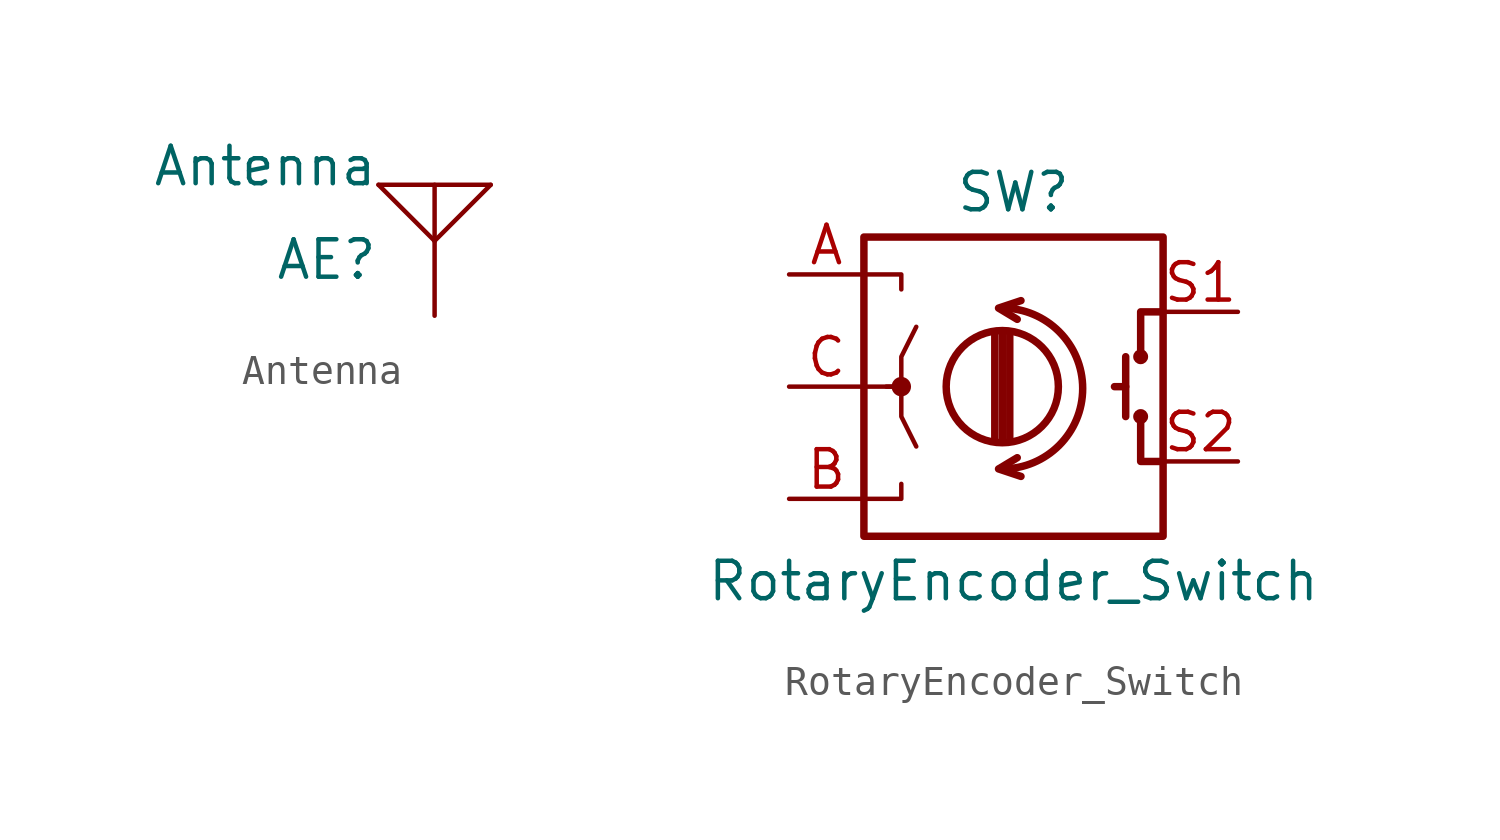
<source format=kicad_sym>
(kicad_symbol_lib
  (version 20211014)
  (generator kicad_symbol_editor)
  (symbol "Antenna"
    (pin_numbers hide)
    (pin_names
      (offset 1.016) hide)
    (property "Reference" "AE"
      (at -1.905 -3.175 0)
      (effects (font (size 1.27 1.27)) (justify right)))
    (property "Value" "Antenna"
      (at -1.905 0 0)
      (effects (font (size 1.27 1.27)) (justify right)))
    (symbol "Antenna_0_1"
      (polyline (pts (xy -1.905 -0.635) (xy 0 -2.54)) (stroke (width 0.152) (type default) (color 0 0 0 0)) (fill (type none)))
      (polyline (pts (xy -1.905 -0.635) (xy 1.905 -0.635)) (stroke (width 0.152) (type default) (color 0 0 0 0)) (fill (type none)))
      (polyline (pts (xy 0 -2.54) (xy 0 -0.635)) (stroke (width 0.152) (type default) (color 0 0 0 0)) (fill (type none)))
      (polyline (pts (xy 0 -2.54) (xy 1.905 -0.635)) (stroke (width 0.152) (type default) (color 0 0 0 0)) (fill (type none))))
    (symbol "Antenna_1_1"
      (pin input line (at 0 -5.08 90) (length 2.54) (name "A" (effects (font (size 1.27 1.27)))) (number "1" (effects (font (size 1.27 1.27)))))))
  (symbol "RotaryEncoder_Switch"
    (pin_names
      (offset 0.254) hide)
    (property "Reference" "SW"
      (at 0 6.604 0)
      (effects (font (size 1.27 1.27))))
    (property "Value" "RotaryEncoder_Switch"
      (at 0 -6.604 0)
      (effects (font (size 1.27 1.27))))
    (symbol "RotaryEncoder_Switch_0_1"
      (rectangle (start -5.08 5.08) (end 5.08 -5.08) (stroke (width 0.254) (type default) (color 0 0 0 0)) (fill (type none)))
      (circle (center -3.81 0) (radius 0.254) (stroke (width 0) (type default) (color 0 0 0 0)) (fill (type outline)))
      (arc (start -0.381 -2.794) (mid 2.3622 -0.0635) (end -0.381 2.667) (stroke (width 0.254) (type default) (color 0 0 0 0)) (fill (type none)))
      (circle (center -0.381 0) (radius 1.905) (stroke (width 0.254) (type default) (color 0 0 0 0)) (fill (type none)))
      (polyline (pts (xy -0.635 -1.778) (xy -0.635 1.778)) (stroke (width 0.254) (type default) (color 0 0 0 0)) (fill (type none)))
      (polyline (pts (xy -0.381 -1.778) (xy -0.381 1.778)) (stroke (width 0.254) (type default) (color 0 0 0 0)) (fill (type none)))
      (polyline (pts (xy -0.127 1.778) (xy -0.127 -1.778)) (stroke (width 0.254) (type default) (color 0 0 0 0)) (fill (type none)))
      (polyline (pts (xy 3.81 0) (xy 3.429 0)) (stroke (width 0.254) (type default) (color 0 0 0 0)) (fill (type none)))
      (polyline (pts (xy 3.81 1.016) (xy 3.81 -1.016)) (stroke (width 0.254) (type default) (color 0 0 0 0)) (fill (type none)))
      (polyline (pts (xy -5.08 -3.81) (xy -3.81 -3.81) (xy -3.81 -3.302)) (stroke (width 0) (type default) (color 0 0 0 0)) (fill (type none)))
      (polyline (pts (xy -5.08 3.81) (xy -3.81 3.81) (xy -3.81 3.302)) (stroke (width 0) (type default) (color 0 0 0 0)) (fill (type none)))
      (polyline (pts (xy 0.254 -3.048) (xy -0.508 -2.794) (xy 0.127 -2.413)) (stroke (width 0.254) (type default) (color 0 0 0 0)) (fill (type none)))
      (polyline (pts (xy 0.254 2.921) (xy -0.508 2.667) (xy 0.127 2.286)) (stroke (width 0.254) (type default) (color 0 0 0 0)) (fill (type none)))
      (polyline (pts (xy 5.08 -2.54) (xy 4.318 -2.54) (xy 4.318 -1.016)) (stroke (width 0.254) (type default) (color 0 0 0 0)) (fill (type none)))
      (polyline (pts (xy 5.08 2.54) (xy 4.318 2.54) (xy 4.318 1.016)) (stroke (width 0.254) (type default) (color 0 0 0 0)) (fill (type none)))
      (polyline (pts (xy -5.08 0) (xy -3.81 0) (xy -3.81 -1.016) (xy -3.302 -2.032)) (stroke (width 0) (type default) (color 0 0 0 0)) (fill (type none)))
      (polyline (pts (xy -4.318 0) (xy -3.81 0) (xy -3.81 1.016) (xy -3.302 2.032)) (stroke (width 0) (type default) (color 0 0 0 0)) (fill (type none)))
      (circle (center 4.318 -1.016) (radius 0.127) (stroke (width 0.254) (type default) (color 0 0 0 0)) (fill (type none)))
      (circle (center 4.318 1.016) (radius 0.127) (stroke (width 0.254) (type default) (color 0 0 0 0)) (fill (type none))))
    (symbol "RotaryEncoder_Switch_1_1"
      (pin passive line (at -7.62 3.81 0) (length 2.54) (name "A" (effects (font (size 1.27 1.27)))) (number "A" (effects (font (size 1.27 1.27)))))
      (pin passive line (at -7.62 -3.81 0) (length 2.54) (name "B" (effects (font (size 1.27 1.27)))) (number "B" (effects (font (size 1.27 1.27)))))
      (pin passive line (at -7.62 0 0) (length 2.54) (name "C" (effects (font (size 1.27 1.27)))) (number "C" (effects (font (size 1.27 1.27)))))
      (pin passive line (at 7.62 2.54 180) (length 2.54) (name "S1" (effects (font (size 1.27 1.27)))) (number "S1" (effects (font (size 1.27 1.27)))))
      (pin passive line (at 7.62 -2.54 180) (length 2.54) (name "S2" (effects (font (size 1.27 1.27)))) (number "S2" (effects (font (size 1.27 1.27))))))))
</source>
